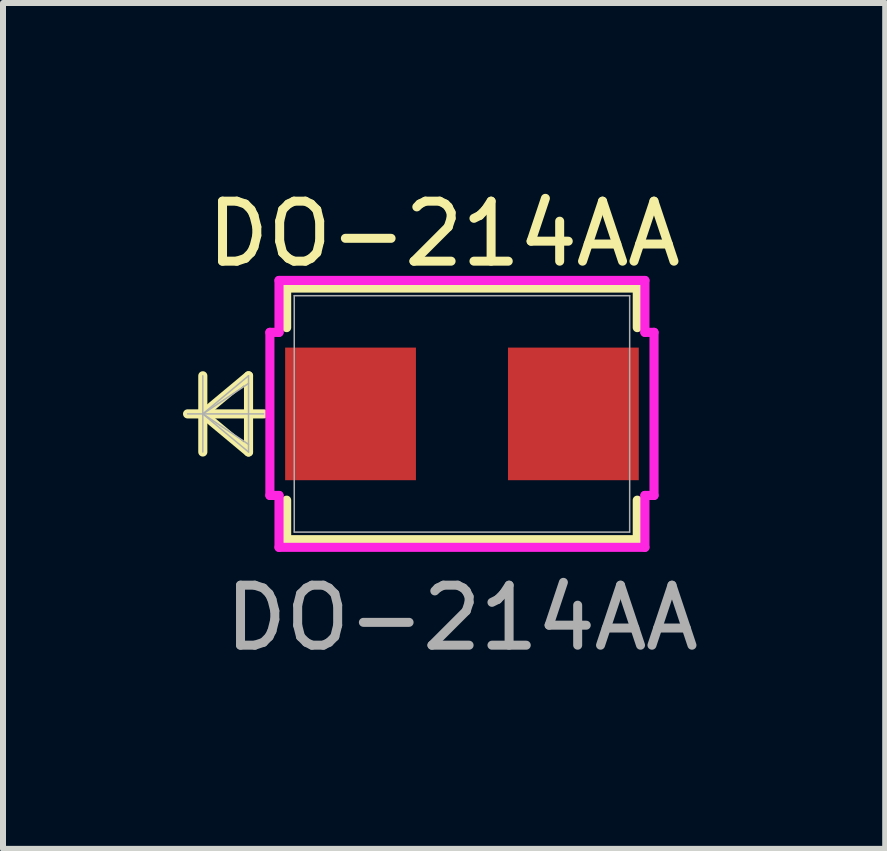
<source format=kicad_pcb>
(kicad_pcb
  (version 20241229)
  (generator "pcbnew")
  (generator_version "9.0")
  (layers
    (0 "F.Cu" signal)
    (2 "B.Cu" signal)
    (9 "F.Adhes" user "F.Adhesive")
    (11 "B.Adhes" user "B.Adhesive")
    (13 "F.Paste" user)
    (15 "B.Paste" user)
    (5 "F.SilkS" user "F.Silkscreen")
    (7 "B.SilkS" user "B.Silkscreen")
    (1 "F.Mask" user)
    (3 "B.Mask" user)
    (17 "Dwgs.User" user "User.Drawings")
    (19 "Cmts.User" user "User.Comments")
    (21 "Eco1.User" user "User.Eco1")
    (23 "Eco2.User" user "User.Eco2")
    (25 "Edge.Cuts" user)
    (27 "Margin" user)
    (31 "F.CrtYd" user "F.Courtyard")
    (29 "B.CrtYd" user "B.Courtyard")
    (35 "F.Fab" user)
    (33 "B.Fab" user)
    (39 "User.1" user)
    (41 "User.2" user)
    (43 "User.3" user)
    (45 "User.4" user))
  (footprint "DO-214AA"
    (layer "F.Cu")
    (at 4.649 3.848)
    (property "Reference" "DO-214AA" (at -0.3 -3 0) (unlocked yes) (layer "F.SilkS") (effects (font (size 1 1) (thickness 0.15))))
    (attr smd)
    (fp_line (start -4.319 -0.635) (end -4.319 0.635) (stroke (width 0.152) (type solid)) (layer "F.SilkS"))
    (fp_line (start -4.319 0) (end -3.557 -0.635) (stroke (width 0.152) (type solid)) (layer "F.SilkS"))
    (fp_line (start -4.319 0) (end -3.557 0.635) (stroke (width 0.152) (type solid)) (layer "F.SilkS"))
    (fp_line (start -3.557 -0.635) (end -3.557 0.635) (stroke (width 0.152) (type solid)) (layer "F.SilkS"))
    (fp_line (start -3.303 0) (end -4.573 0) (stroke (width 0.152) (type solid)) (layer "F.SilkS"))
    (fp_line (start -2.922 -2.097) (end -2.922 -1.438) (stroke (width 0.152) (type solid)) (layer "F.SilkS"))
    (fp_line (start -2.922 1.438) (end -2.922 2.097) (stroke (width 0.152) (type solid)) (layer "F.SilkS"))
    (fp_line (start -2.922 2.097) (end 2.922 2.097) (stroke (width 0.152) (type solid)) (layer "F.SilkS"))
    (fp_line (start 2.922 -2.097) (end -2.922 -2.097) (stroke (width 0.152) (type solid)) (layer "F.SilkS"))
    (fp_line (start 2.922 -1.438) (end 2.922 -2.097) (stroke (width 0.152) (type solid)) (layer "F.SilkS"))
    (fp_line (start 2.922 2.097) (end 2.922 1.438) (stroke (width 0.152) (type solid)) (layer "F.SilkS"))
    (fp_line (start -3.201 -1.359) (end -3.049 -1.359) (stroke (width 0.152) (type solid)) (layer "F.CrtYd"))
    (fp_line (start -3.201 1.359) (end -3.201 -1.359) (stroke (width 0.152) (type solid)) (layer "F.CrtYd"))
    (fp_line (start -3.049 -2.224) (end 3.049 -2.224) (stroke (width 0.152) (type solid)) (layer "F.CrtYd"))
    (fp_line (start -3.049 -1.359) (end -3.049 -2.224) (stroke (width 0.152) (type solid)) (layer "F.CrtYd"))
    (fp_line (start -3.049 1.359) (end -3.201 1.359) (stroke (width 0.152) (type solid)) (layer "F.CrtYd"))
    (fp_line (start -3.049 2.224) (end -3.049 1.359) (stroke (width 0.152) (type solid)) (layer "F.CrtYd"))
    (fp_line (start 3.049 -2.224) (end 3.049 -1.359) (stroke (width 0.152) (type solid)) (layer "F.CrtYd"))
    (fp_line (start 3.049 -1.359) (end 3.201 -1.359) (stroke (width 0.152) (type solid)) (layer "F.CrtYd"))
    (fp_line (start 3.049 1.359) (end 3.049 2.224) (stroke (width 0.152) (type solid)) (layer "F.CrtYd"))
    (fp_line (start 3.049 2.224) (end -3.049 2.224) (stroke (width 0.152) (type solid)) (layer "F.CrtYd"))
    (fp_line (start 3.201 -1.359) (end 3.201 1.359) (stroke (width 0.152) (type solid)) (layer "F.CrtYd"))
    (fp_line (start 3.201 1.359) (end 3.049 1.359) (stroke (width 0.152) (type solid)) (layer "F.CrtYd"))
    (fp_line (start -4.319 -0.635) (end -4.319 0.635) (stroke (width 0.025) (type solid)) (layer "F.Fab"))
    (fp_line (start -4.319 0) (end -3.557 -0.635) (stroke (width 0.025) (type solid)) (layer "F.Fab"))
    (fp_line (start -4.319 0) (end -3.557 -0.508) (stroke (width 0.025) (type solid)) (layer "F.Fab"))
    (fp_line (start -4.319 0) (end -3.557 0.508) (stroke (width 0.025) (type solid)) (layer "F.Fab"))
    (fp_line (start -4.319 0) (end -3.557 0.635) (stroke (width 0.025) (type solid)) (layer "F.Fab"))
    (fp_line (start -3.557 -0.635) (end -3.557 0.635) (stroke (width 0.025) (type solid)) (layer "F.Fab"))
    (fp_line (start -3.303 0) (end -4.573 0) (stroke (width 0.025) (type solid)) (layer "F.Fab"))
    (fp_line (start -2.795 -1.97) (end -2.795 1.97) (stroke (width 0.025) (type solid)) (layer "F.Fab"))
    (fp_line (start -2.795 1.97) (end 2.795 1.97) (stroke (width 0.025) (type solid)) (layer "F.Fab"))
    (fp_line (start 2.795 -1.97) (end -2.795 -1.97) (stroke (width 0.025) (type solid)) (layer "F.Fab"))
    (fp_line (start 2.795 1.97) (end 2.795 -1.97) (stroke (width 0.025) (type solid)) (layer "F.Fab"))
    (fp_text user "${REFERENCE}" (at 0 3.4 0) (unlocked yes) (layer "F.Fab") (effects (font (size 1 1) (thickness 0.15))))
    (pad "1" smd rect (at -1.857 0 90) (size 2.21 2.18) (layers "F.Cu" "F.Mask" "F.Paste"))
    (pad "2" smd rect (at 1.857 0 90) (size 2.21 2.18) (layers "F.Cu" "F.Mask" "F.Paste"))
    (zone (net_name "") (layer "F.Cu") (hatch full 0.508) (connect_pads) (min_thickness 0.254) (filled_areas_thickness no) (keepout (tracks not_allowed) (vias not_allowed) (pads allowed) (copperpour not_allowed) (footprints allowed)) (placement (enabled no)) (fill) (polygon (pts (xy 1.905 1.929) (xy 7.393 1.929) (xy 7.393 2.692) (xy 1.905 2.692))))
    (zone (net_name "") (layer "F.Cu") (hatch full 0.508) (connect_pads) (min_thickness 0.254) (filled_areas_thickness no) (keepout (tracks not_allowed) (vias not_allowed) (pads allowed) (copperpour not_allowed) (footprints allowed)) (placement (enabled no)) (fill) (polygon (pts (xy 1.905 5.004) (xy 7.393 5.004) (xy 7.393 5.767) (xy 1.905 5.767))))
    (zone (net_name "") (layer "F.Cu") (hatch full 0.508) (connect_pads) (min_thickness 0.254) (filled_areas_thickness no) (keepout (tracks not_allowed) (vias not_allowed) (pads allowed) (copperpour not_allowed) (footprints allowed)) (placement (enabled no)) (fill) (polygon (pts (xy 3.933 2.692) (xy 5.365 2.692) (xy 5.365 5.004) (xy 3.933 5.004)))))
  (gr_rect
    (start -3 -3)
    (end 11.703 11.097)
    (stroke (width 0.1) (type default))
    (fill no)
    (layer "Edge.Cuts")))
</source>
